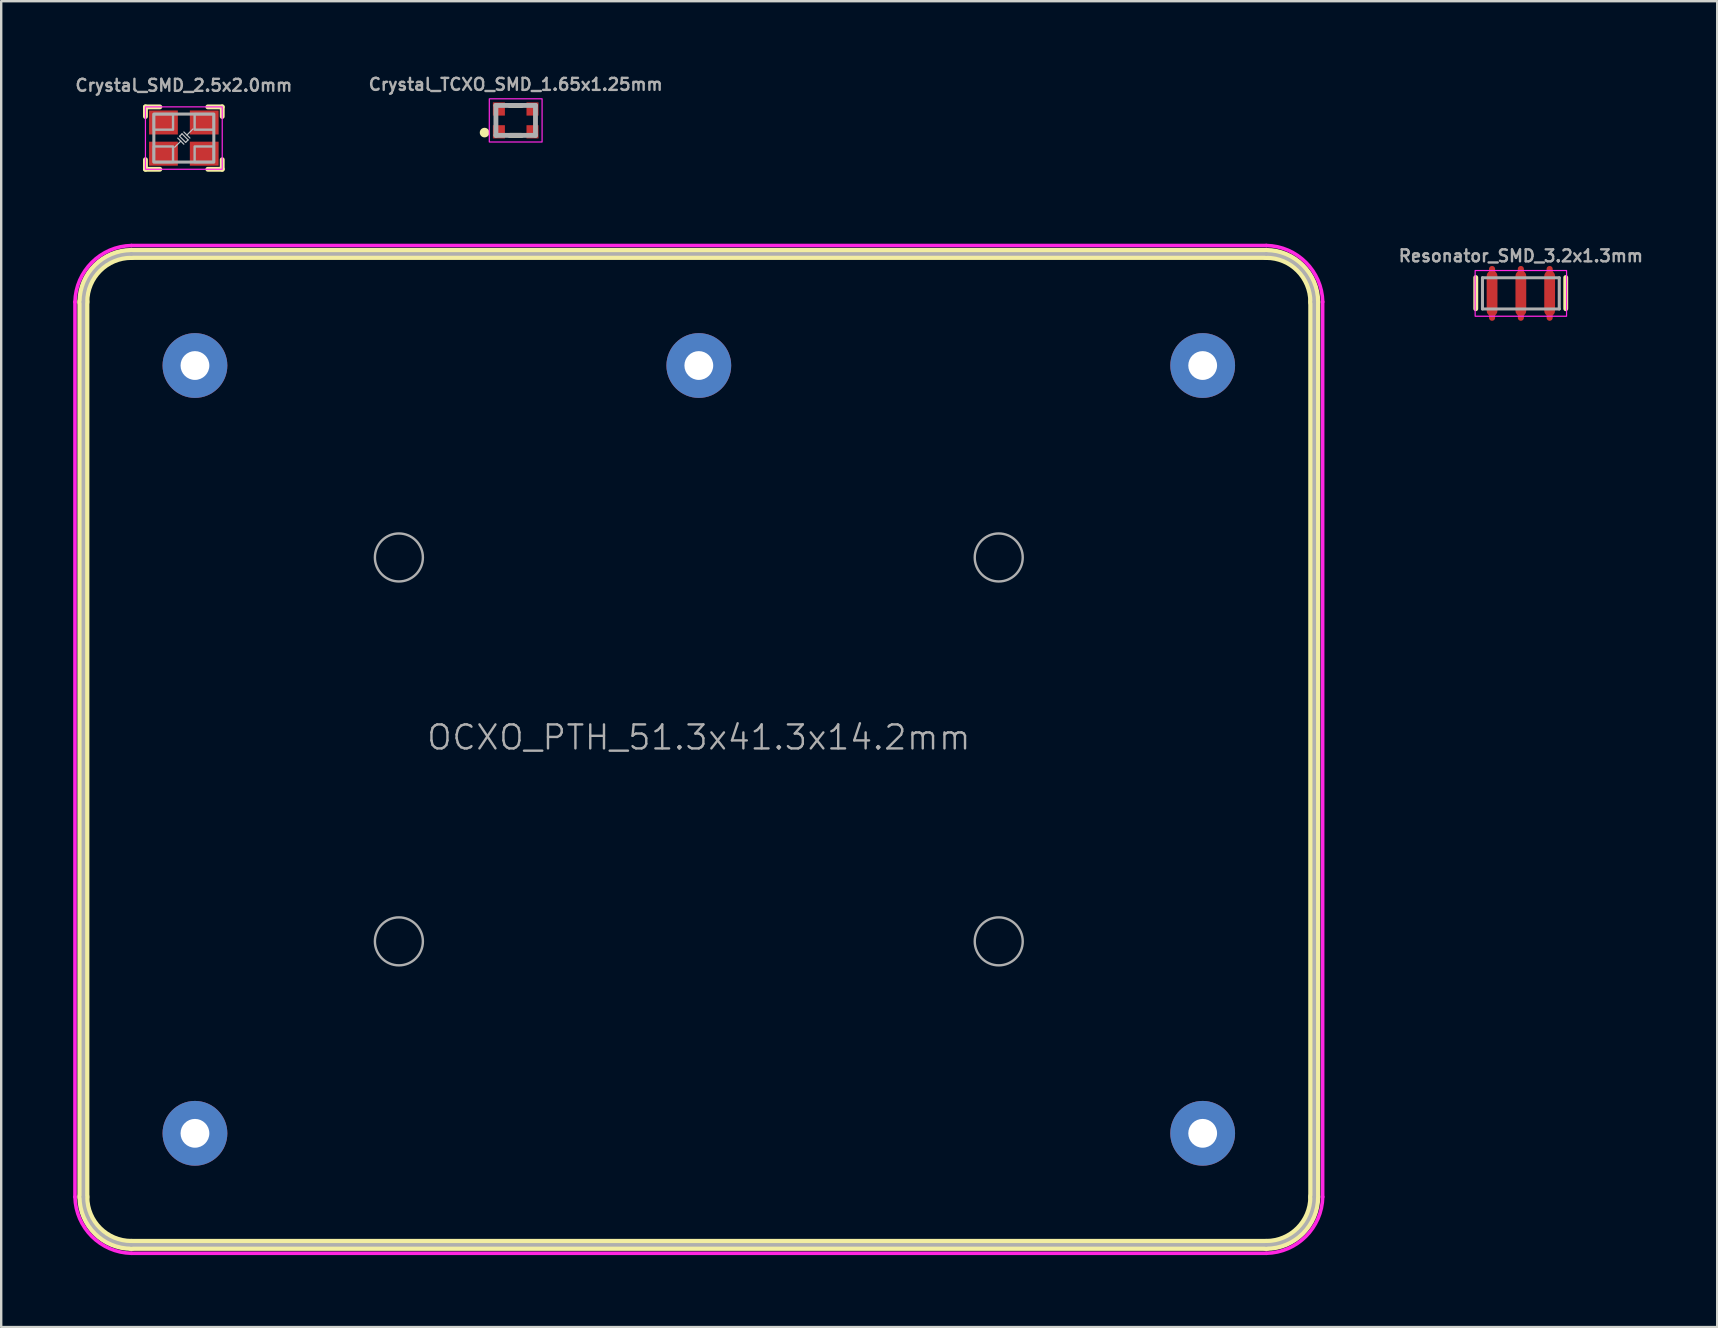
<source format=kicad_pcb>
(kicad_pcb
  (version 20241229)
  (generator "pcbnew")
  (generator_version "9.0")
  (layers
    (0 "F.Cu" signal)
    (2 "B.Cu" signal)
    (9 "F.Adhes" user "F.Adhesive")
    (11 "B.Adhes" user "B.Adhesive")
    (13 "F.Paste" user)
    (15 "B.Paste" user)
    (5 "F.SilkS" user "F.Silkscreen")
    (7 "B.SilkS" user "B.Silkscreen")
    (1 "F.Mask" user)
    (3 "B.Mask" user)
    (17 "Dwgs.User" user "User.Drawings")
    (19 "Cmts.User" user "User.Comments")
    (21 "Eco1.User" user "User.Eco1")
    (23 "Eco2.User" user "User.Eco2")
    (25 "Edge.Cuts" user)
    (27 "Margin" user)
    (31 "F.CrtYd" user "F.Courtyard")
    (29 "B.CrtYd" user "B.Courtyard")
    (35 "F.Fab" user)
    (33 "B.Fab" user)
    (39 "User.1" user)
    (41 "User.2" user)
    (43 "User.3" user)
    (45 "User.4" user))
  (footprint "OCXO_PTH_51.3x41.3x14.2mm"
    (layer "F.Cu")
    (at 26.075 28.184)
    (property "Reference" "OCXO_PTH_51.3x41.3x14.2mm" (at 0 -0.5 0) (unlocked yes) (layer "F.Fab") (effects (font (size 1 1) (thickness 0.1))))
    (attr through_hole)
    (fp_line (start -25.65 -18.65) (end -25.65 18.65) (stroke (width 0.5) (type default)) (layer "F.SilkS"))
    (fp_line (start -23.65 -20.65) (end 23.65 -20.65) (stroke (width 0.5) (type default)) (layer "F.SilkS"))
    (fp_line (start -23.65 20.65) (end 23.65 20.65) (stroke (width 0.5) (type default)) (layer "F.SilkS"))
    (fp_line (start 25.65 -18.65) (end 25.65 18.65) (stroke (width 0.5) (type default)) (layer "F.SilkS"))
    (fp_arc (start -25.65 -18.65) (mid -25.064214 -20.064214) (end -23.65 -20.65) (stroke (width 0.5) (type default)) (layer "F.SilkS"))
    (fp_arc (start -23.65 20.65) (mid -25.064214 20.064214) (end -25.65 18.65) (stroke (width 0.5) (type default)) (layer "F.SilkS"))
    (fp_arc (start 23.65 -20.65) (mid 25.064214 -20.064214) (end 25.65 -18.65) (stroke (width 0.5) (type default)) (layer "F.SilkS"))
    (fp_arc (start 25.65 18.65) (mid 25.064214 20.064214) (end 23.65 20.65) (stroke (width 0.5) (type default)) (layer "F.SilkS"))
    (fp_line (start -26 -18.65) (end -26 18.65) (stroke (width 0.15) (type default)) (layer "F.CrtYd"))
    (fp_line (start -23.65 -21) (end 23.65 -21) (stroke (width 0.15) (type default)) (layer "F.CrtYd"))
    (fp_line (start -23.65 21) (end 23.65 21) (stroke (width 0.15) (type default)) (layer "F.CrtYd"))
    (fp_line (start 26 -18.65) (end 26 18.65) (stroke (width 0.15) (type default)) (layer "F.CrtYd"))
    (fp_arc (start -25.999999 -18.65) (mid -25.297424 -20.297424) (end -23.65 -20.999999) (stroke (width 0.15) (type default)) (layer "F.CrtYd"))
    (fp_arc (start -23.65 20.999999) (mid -25.297424 20.297424) (end -25.999999 18.65) (stroke (width 0.15) (type default)) (layer "F.CrtYd"))
    (fp_arc (start 23.652576 -21.002575) (mid 25.3 -20.3) (end 26.002575 -18.652576) (stroke (width 0.15) (type default)) (layer "F.CrtYd"))
    (fp_arc (start 26.002575 18.65) (mid 25.3 20.297424) (end 23.652576 20.999999) (stroke (width 0.15) (type default)) (layer "F.CrtYd"))
    (fp_line (start -25.65 -18.65) (end -25.65 18.65) (stroke (width 0.15) (type default)) (layer "F.Fab"))
    (fp_line (start -23.65 -20.65) (end 23.65 -20.65) (stroke (width 0.15) (type default)) (layer "F.Fab"))
    (fp_line (start -23.65 20.65) (end 23.65 20.65) (stroke (width 0.15) (type default)) (layer "F.Fab"))
    (fp_line (start 25.65 -18.65) (end 25.65 18.65) (stroke (width 0.15) (type default)) (layer "F.Fab"))
    (fp_arc (start -25.65 -18.65) (mid -25.064214 -20.064214) (end -23.65 -20.65) (stroke (width 0.15) (type default)) (layer "F.Fab"))
    (fp_arc (start -23.65 20.65) (mid -25.064214 20.064214) (end -25.65 18.65) (stroke (width 0.15) (type default)) (layer "F.Fab"))
    (fp_arc (start 23.65 -20.65) (mid 25.064214 -20.064214) (end 25.65 -18.65) (stroke (width 0.15) (type default)) (layer "F.Fab"))
    (fp_arc (start 25.65 18.65) (mid 25.064214 20.064214) (end 23.65 20.65) (stroke (width 0.15) (type default)) (layer "F.Fab"))
    (fp_circle (center -12.5 -8) (end -11.5 -8) (stroke (width 0.1) (type solid)) (fill no) (layer "F.Fab"))
    (fp_circle (center -12.5 8) (end -11.5 8) (stroke (width 0.1) (type solid)) (fill no) (layer "F.Fab"))
    (fp_circle (center 12.5 -8) (end 13.5 -8) (stroke (width 0.1) (type solid)) (fill no) (layer "F.Fab"))
    (fp_circle (center 12.5 8) (end 13.5 8) (stroke (width 0.1) (type solid)) (fill no) (layer "F.Fab"))
    (pad "1" thru_hole circle (at -21 -16) (size 2.7 2.7) (drill 1.2) (layers "*.Cu" "*.Mask"))
    (pad "2" thru_hole circle (at 0 -16) (size 2.7 2.7) (drill 1.2) (layers "*.Cu" "*.Mask"))
    (pad "3" thru_hole circle (at 21 -16) (size 2.7 2.7) (drill 1.2) (layers "*.Cu" "*.Mask"))
    (pad "4" thru_hole circle (at 21 16) (size 2.7 2.7) (drill 1.2) (layers "*.Cu" "*.Mask"))
    (pad "5" thru_hole circle (at -21 16) (size 2.7 2.7) (drill 1.2) (layers "*.Cu" "*.Mask")))
  (footprint "Crystal_TCXO_SMD_1.65x1.25mm"
    (layer "F.Cu")
    (at 18.443 1.968)
    (property "Reference" "Crystal_TCXO_SMD_1.65x1.25mm" (at 0 -1.5 0) (layer "F.Fab") (effects (font (size 0.5 0.5) (thickness 0.1))))
    (attr smd)
    (fp_line (start -0.25 -0.625) (end 0.25 -0.625) (stroke (width 0.203) (type solid)) (layer "F.SilkS"))
    (fp_line (start -0.25 0.625) (end 0.25 0.625) (stroke (width 0.203) (type solid)) (layer "F.SilkS"))
    (fp_circle (center -1.297 0.508) (end -1.297 0.608) (stroke (width 0.2) (type solid)) (fill yes) (layer "F.SilkS"))
    (fp_rect (start 1.1 -0.9) (end -1.1 0.9) (stroke (width 0.05) (type default)) (fill no) (layer "F.CrtYd"))
    (fp_line (start -0.825 -0.625) (end -0.825 0.625) (stroke (width 0.203) (type solid)) (layer "F.Fab"))
    (fp_line (start -0.825 -0.625) (end 0.825 -0.625) (stroke (width 0.203) (type solid)) (layer "F.Fab"))
    (fp_line (start -0.825 0.625) (end 0.825 0.625) (stroke (width 0.203) (type solid)) (layer "F.Fab"))
    (fp_line (start 0.825 -0.625) (end 0.825 0.625) (stroke (width 0.203) (type solid)) (layer "F.Fab"))
    (pad "1" smd rect (at -0.7 0.475) (size 0.5 0.55) (layers "F.Cu" "F.Mask" "F.Paste"))
    (pad "2" smd rect (at 0.7 0.475) (size 0.5 0.55) (layers "F.Cu" "F.Mask" "F.Paste"))
    (pad "3" smd rect (at 0.7 -0.475) (size 0.5 0.55) (layers "F.Cu" "F.Mask" "F.Paste"))
    (pad "4" smd rect (at -0.7 -0.475) (size 0.5 0.55) (layers "F.Cu" "F.Mask" "F.Paste")))
  (footprint "Crystal_SMD_2.5x2.0mm"
    (layer "F.Cu")
    (at 4.612 2.705)
    (property "Reference" "Crystal_SMD_2.5x2.0mm" (at 0 -1.905 0) (layer "F.Fab") (effects (font (size 0.5 0.5) (thickness 0.1) (bold yes)) (justify bottom)))
    (attr smd)
    (fp_line (start -1.6 -1.3) (end -1.6 -0.9) (stroke (width 0.203) (type solid)) (layer "F.SilkS"))
    (fp_line (start -1.6 -1.3) (end -1 -1.3) (stroke (width 0.203) (type solid)) (layer "F.SilkS"))
    (fp_line (start -1.6 0.9) (end -1.6 1.3) (stroke (width 0.203) (type solid)) (layer "F.SilkS"))
    (fp_line (start -1 1.3) (end -1.6 1.3) (stroke (width 0.203) (type solid)) (layer "F.SilkS"))
    (fp_line (start 1 -1.3) (end 1.6 -1.3) (stroke (width 0.203) (type solid)) (layer "F.SilkS"))
    (fp_line (start 1.6 -0.9) (end 1.6 -1.3) (stroke (width 0.203) (type solid)) (layer "F.SilkS"))
    (fp_line (start 1.6 0.9) (end 1.6 1.3) (stroke (width 0.203) (type solid)) (layer "F.SilkS"))
    (fp_line (start 1.6 1.3) (end 1 1.3) (stroke (width 0.203) (type solid)) (layer "F.SilkS"))
    (fp_line (start -0.178 -0.076) (end -0.076 -0.178) (stroke (width 0.05) (type default)) (layer "Dwgs.User"))
    (fp_line (start -0.127 0.127) (end -0.381 0.381) (stroke (width 0.05) (type default)) (layer "Dwgs.User"))
    (fp_line (start 0 0.254) (end -0.254 0) (stroke (width 0.05) (type default)) (layer "Dwgs.User"))
    (fp_line (start 0.076 0.178) (end -0.178 -0.076) (stroke (width 0.05) (type default)) (layer "Dwgs.User"))
    (fp_line (start 0.076 0.178) (end 0.178 0.076) (stroke (width 0.05) (type default)) (layer "Dwgs.User"))
    (fp_line (start 0.178 0.076) (end -0.076 -0.178) (stroke (width 0.05) (type default)) (layer "Dwgs.User"))
    (fp_line (start 0.254 0) (end 0 -0.254) (stroke (width 0.05) (type default)) (layer "Dwgs.User"))
    (fp_line (start 0.381 -0.381) (end 0.127 -0.127) (stroke (width 0.05) (type default)) (layer "Dwgs.User"))
    (fp_rect (start 1.6 -1.3) (end -1.6 1.3) (stroke (width 0.05) (type default)) (fill no) (layer "F.CrtYd"))
    (fp_rect (start -1.25 -1) (end 1.25 1) (stroke (width 0.127) (type default)) (fill no) (layer "F.Fab"))
    (fp_poly (pts (xy -1.25 -1) (xy -1.25 -0.35) (xy -0.45 -0.35) (xy -0.45 -1)) (stroke (width 0.1) (type solid)) (fill no) (layer "F.Fab"))
    (fp_poly (pts (xy -1.25 0.35) (xy -1.25 1) (xy -0.45 1) (xy -0.45 0.35)) (stroke (width 0.1) (type solid)) (fill no) (layer "F.Fab"))
    (fp_poly (pts (xy 0.45 -1) (xy 0.45 -0.35) (xy 1.25 -0.35) (xy 1.25 -1)) (stroke (width 0.1) (type solid)) (fill no) (layer "F.Fab"))
    (fp_poly (pts (xy 0.45 0.35) (xy 0.45 1) (xy 1.25 1) (xy 1.25 0.35)) (stroke (width 0.1) (type solid)) (fill no) (layer "F.Fab"))
    (pad "1" smd rect (at -0.85 0.65) (size 1.2 1) (layers "F.Cu" "F.Mask" "F.Paste"))
    (pad "2" smd rect (at 0.85 0.65) (size 1.2 1) (layers "F.Cu" "F.Mask" "F.Paste"))
    (pad "3" smd rect (at 0.85 -0.65) (size 1.2 1) (layers "F.Cu" "F.Mask" "F.Paste"))
    (pad "4" smd rect (at -0.85 -0.65) (size 1.2 1) (layers "F.Cu" "F.Mask" "F.Paste")))
  (footprint "Resonator_SMD_3.2x1.3mm"
    (layer "F.Cu")
    (at 60.336 9.177)
    (property "Reference" "Resonator_SMD_3.2x1.3mm" (at 0 -1.27 0) (unlocked yes) (layer "F.Fab") (effects (font (size 0.5 0.5) (thickness 0.1)) (justify bottom)))
    (fp_line (start -1.2 0) (end -1.2 -1.016) (stroke (width 0.254) (type solid)) (layer "F.Cu"))
    (fp_line (start -1.2 1.016) (end -1.2 0) (stroke (width 0.254) (type solid)) (layer "F.Cu"))
    (fp_line (start 0 0) (end 0 -1.016) (stroke (width 0.254) (type solid)) (layer "F.Cu"))
    (fp_line (start 0 0) (end 0 1.016) (stroke (width 0.254) (type solid)) (layer "F.Cu"))
    (fp_line (start 1.2 0) (end 1.2 -1.016) (stroke (width 0.254) (type solid)) (layer "F.Cu"))
    (fp_line (start 1.2 0) (end 1.2 1.016) (stroke (width 0.254) (type solid)) (layer "F.Cu"))
    (fp_poly (pts (xy -1.75 0.77) (xy 1.745 0.77) (xy 1.745 -0.765) (xy -1.75 -0.765)) (stroke (width 0) (type default)) (fill yes) (layer "F.Mask"))
    (fp_line (start -1.879 0.64) (end -1.879 -0.66) (stroke (width 0.203) (type solid)) (layer "F.SilkS"))
    (fp_line (start 1.871 -0.66) (end 1.871 0.64) (stroke (width 0.203) (type solid)) (layer "F.SilkS"))
    (fp_rect (start -1.905 -0.953) (end 1.905 0.953) (stroke (width 0.05) (type default)) (fill no) (layer "F.CrtYd"))
    (fp_line (start -1.6 -0.65) (end 1.6 -0.65) (stroke (width 0.127) (type solid)) (layer "F.Fab"))
    (fp_line (start -1.6 0.65) (end -1.6 -0.65) (stroke (width 0.127) (type solid)) (layer "F.Fab"))
    (fp_line (start 1.6 -0.65) (end 1.6 0.65) (stroke (width 0.127) (type solid)) (layer "F.Fab"))
    (fp_line (start 1.6 0.65) (end -1.6 0.65) (stroke (width 0.127) (type solid)) (layer "F.Fab"))
    (pad "1" smd roundrect (at -1.2 0) (size 0.45 1.905) (layers "F.Cu" "F.Mask" "F.Paste") (roundrect_rratio 0.5))
    (pad "2" smd roundrect (at 0 0) (size 0.45 1.905) (layers "F.Cu" "F.Mask" "F.Paste") (roundrect_rratio 0.5))
    (pad "3" smd roundrect (at 1.2 0) (size 0.45 1.905) (layers "F.Cu" "F.Mask" "F.Paste") (roundrect_rratio 0.5))
    (zone (net_name "") (layer "F.Cu") (hatch edge 0.5) (connect_pads) (min_thickness 0.25) (filled_areas_thickness no) (keepout (tracks not_allowed) (vias not_allowed) (pads not_allowed) (copperpour not_allowed) (footprints allowed)) (placement (enabled no)) (fill) (polygon (pts (xy 58.634 9.888) (xy 58.761 9.888) (xy 58.761 8.465) (xy 58.634 8.465))))
    (zone (net_name "") (layer "F.Cu") (hatch edge 0.5) (connect_pads) (min_thickness 0.25) (filled_areas_thickness no) (keepout (tracks not_allowed) (vias not_allowed) (pads not_allowed) (copperpour not_allowed) (footprints allowed)) (placement (enabled no)) (fill) (polygon (pts (xy 59.676 9.888) (xy 59.803 9.888) (xy 59.803 8.465) (xy 59.676 8.465))))
    (zone (net_name "") (layer "F.Cu") (hatch edge 0.5) (connect_pads) (min_thickness 0.25) (filled_areas_thickness no) (keepout (tracks not_allowed) (vias not_allowed) (pads not_allowed) (copperpour not_allowed) (footprints allowed)) (placement (enabled no)) (fill) (polygon (pts (xy 60.844 9.888) (xy 60.971 9.888) (xy 60.971 8.465) (xy 60.844 8.465))))
    (zone (net_name "") (layer "F.Cu") (hatch edge 0.5) (connect_pads) (min_thickness 0.25) (filled_areas_thickness no) (keepout (tracks not_allowed) (vias not_allowed) (pads not_allowed) (copperpour not_allowed) (footprints allowed)) (placement (enabled no)) (fill) (polygon (pts (xy 61.911 9.888) (xy 62.038 9.888) (xy 62.038 8.465) (xy 61.911 8.465)))))
  (gr_rect
    (start -3 -3)
    (end 68.519 52.259)
    (stroke (width 0.1) (type default))
    (fill no)
    (layer "Edge.Cuts")))
</source>
